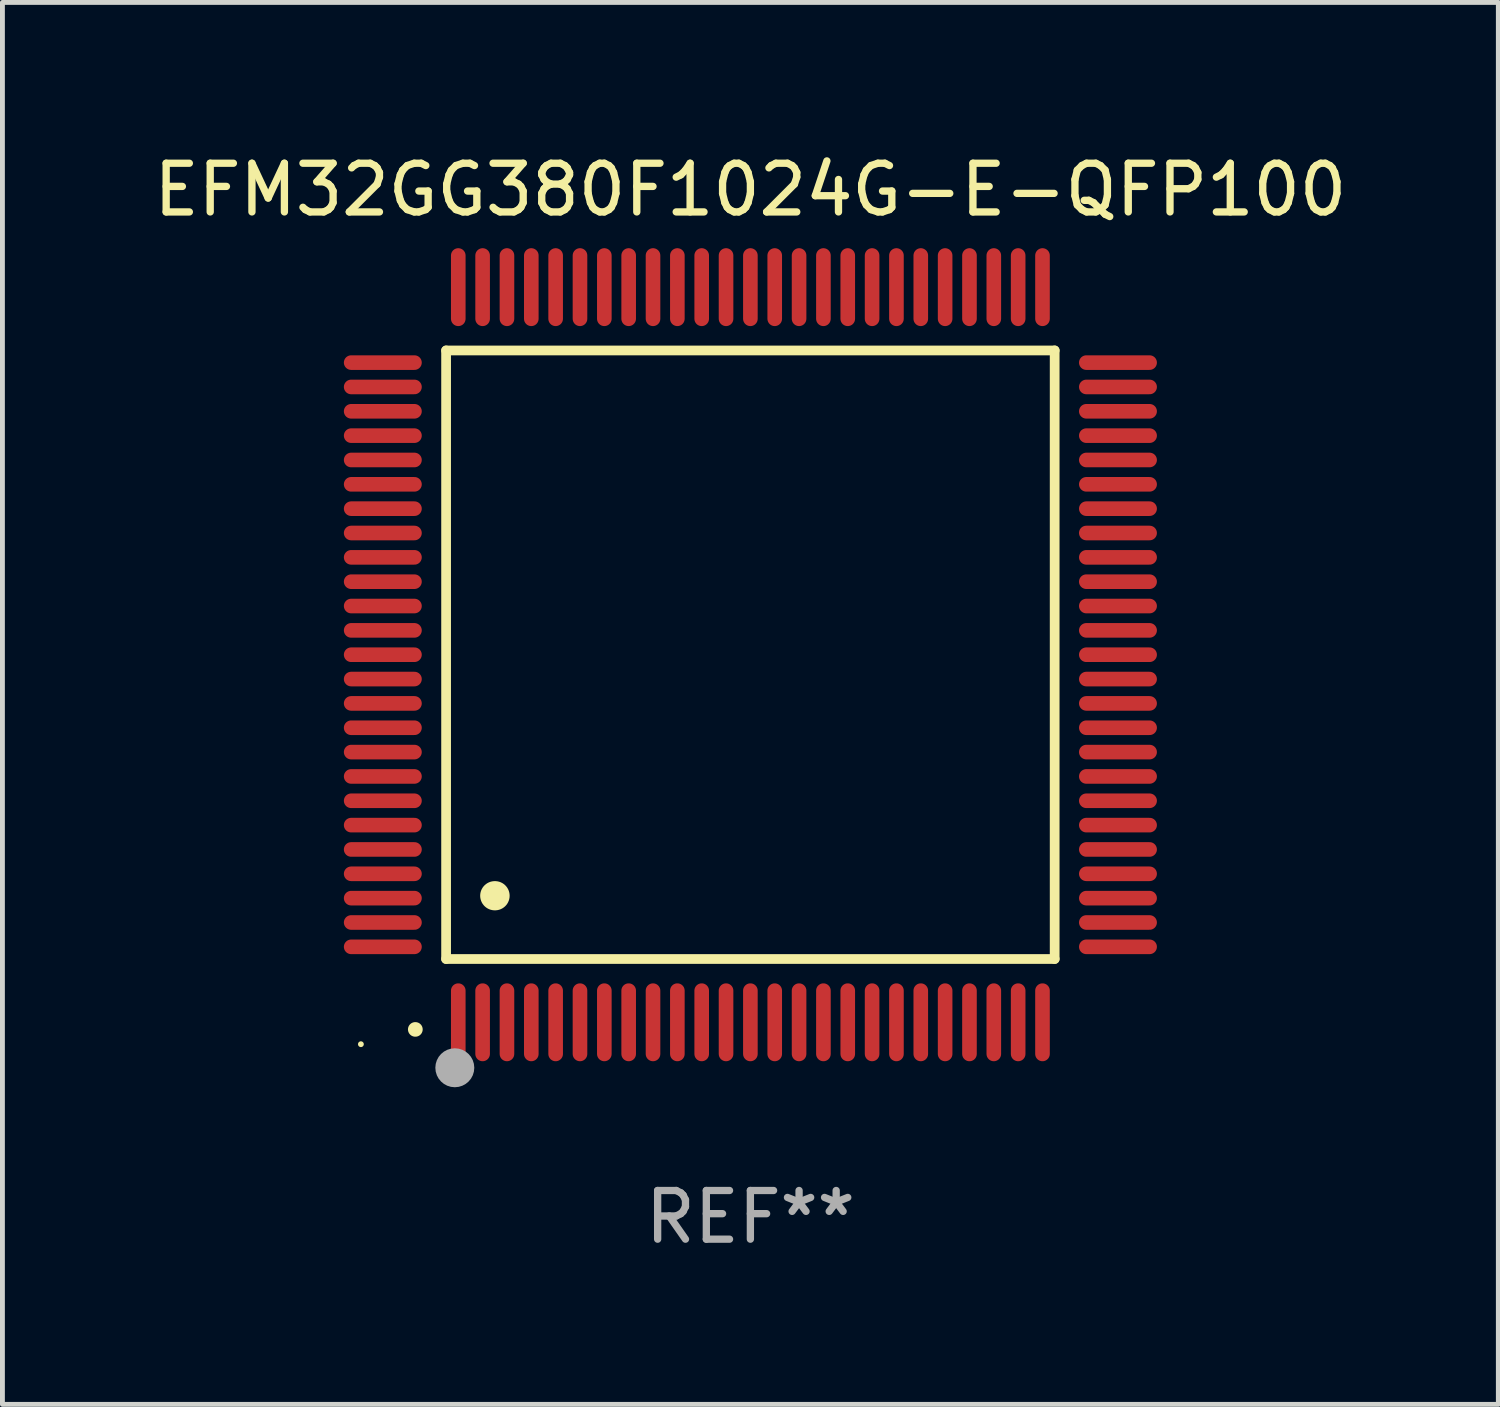
<source format=kicad_pcb>
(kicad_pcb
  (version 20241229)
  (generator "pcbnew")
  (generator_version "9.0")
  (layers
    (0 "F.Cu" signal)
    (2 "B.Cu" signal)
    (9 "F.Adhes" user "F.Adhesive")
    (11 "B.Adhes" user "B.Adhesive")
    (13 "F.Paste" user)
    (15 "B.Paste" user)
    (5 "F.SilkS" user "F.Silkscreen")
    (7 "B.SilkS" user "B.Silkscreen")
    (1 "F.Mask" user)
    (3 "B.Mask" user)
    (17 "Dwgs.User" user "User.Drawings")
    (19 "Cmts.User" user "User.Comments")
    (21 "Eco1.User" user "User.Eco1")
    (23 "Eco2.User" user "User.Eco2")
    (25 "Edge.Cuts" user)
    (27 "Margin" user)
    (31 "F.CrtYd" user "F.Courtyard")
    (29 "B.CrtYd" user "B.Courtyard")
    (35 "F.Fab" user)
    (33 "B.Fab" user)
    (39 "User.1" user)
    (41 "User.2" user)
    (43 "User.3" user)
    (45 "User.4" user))
  (footprint "EFM32GG380F1024G-E-QFP100"
    (layer "F.Cu")
    (at 12.363 10.398)
    (property "Reference" "EFM32GG380F1024G-E-QFP100" (at 0 -9.55 0) (layer "F.SilkS") (effects (font (size 1 1) (thickness 0.15))))
    (attr through_hole)
    (fp_line (start -6.25 -6.25) (end -6.25 6.25) (stroke (width 0.2) (type solid)) (layer "F.SilkS"))
    (fp_line (start -6.25 6.25) (end 6.25 6.25) (stroke (width 0.2) (type solid)) (layer "F.SilkS"))
    (fp_line (start 6.25 -6.25) (end -6.25 -6.25) (stroke (width 0.2) (type solid)) (layer "F.SilkS"))
    (fp_line (start 6.25 6.25) (end 6.25 -6.25) (stroke (width 0.2) (type solid)) (layer "F.SilkS"))
    (fp_arc (start -6.883414 7.696215) (mid -6.882144 7.69621) (end -6.880874 7.696215) (stroke (width 0.3) (type solid)) (layer "F.SilkS"))
    (fp_arc (start -5.250191 4.95047) (mid -5.247651 4.950459) (end -5.245111 4.95047) (stroke (width 0.6) (type solid)) (layer "F.SilkS"))
    (fp_circle (center -8 8) (end -7.97 8) (stroke (width 0.06) (type solid)) (fill no) (layer "F.SilkS"))
    (fp_circle (center -6.071 8.484) (end -5.871 8.484) (stroke (width 0.4) (type solid)) (fill no) (layer "F.Fab"))
    (fp_text user "REF**" (at 0 11.55 0) (layer "F.Fab") (effects (font (size 1 1) (thickness 0.15))))
    (pad "1" smd oval (at -6 7.55) (size 0.3 1.6) (layers "F.Cu" "F.Mask" "F.Paste"))
    (pad "2" smd oval (at -5.5 7.55) (size 0.3 1.6) (layers "F.Cu" "F.Mask" "F.Paste"))
    (pad "3" smd oval (at -5 7.55) (size 0.3 1.6) (layers "F.Cu" "F.Mask" "F.Paste"))
    (pad "4" smd oval (at -4.5 7.55) (size 0.3 1.6) (layers "F.Cu" "F.Mask" "F.Paste"))
    (pad "5" smd oval (at -4 7.55) (size 0.3 1.6) (layers "F.Cu" "F.Mask" "F.Paste"))
    (pad "6" smd oval (at -3.5 7.55) (size 0.3 1.6) (layers "F.Cu" "F.Mask" "F.Paste"))
    (pad "7" smd oval (at -3 7.55) (size 0.3 1.6) (layers "F.Cu" "F.Mask" "F.Paste"))
    (pad "8" smd oval (at -2.5 7.55) (size 0.3 1.6) (layers "F.Cu" "F.Mask" "F.Paste"))
    (pad "9" smd oval (at -2 7.55) (size 0.3 1.6) (layers "F.Cu" "F.Mask" "F.Paste"))
    (pad "10" smd oval (at -1.5 7.55) (size 0.3 1.6) (layers "F.Cu" "F.Mask" "F.Paste"))
    (pad "11" smd oval (at -1 7.55) (size 0.3 1.6) (layers "F.Cu" "F.Mask" "F.Paste"))
    (pad "12" smd oval (at -0.5 7.55) (size 0.3 1.6) (layers "F.Cu" "F.Mask" "F.Paste"))
    (pad "13" smd oval (at 0 7.55) (size 0.3 1.6) (layers "F.Cu" "F.Mask" "F.Paste"))
    (pad "14" smd oval (at 0.5 7.55) (size 0.3 1.6) (layers "F.Cu" "F.Mask" "F.Paste"))
    (pad "15" smd oval (at 1 7.55) (size 0.3 1.6) (layers "F.Cu" "F.Mask" "F.Paste"))
    (pad "16" smd oval (at 1.5 7.55) (size 0.3 1.6) (layers "F.Cu" "F.Mask" "F.Paste"))
    (pad "17" smd oval (at 2 7.55) (size 0.3 1.6) (layers "F.Cu" "F.Mask" "F.Paste"))
    (pad "18" smd oval (at 2.5 7.55) (size 0.3 1.6) (layers "F.Cu" "F.Mask" "F.Paste"))
    (pad "19" smd oval (at 3 7.55) (size 0.3 1.6) (layers "F.Cu" "F.Mask" "F.Paste"))
    (pad "20" smd oval (at 3.5 7.55) (size 0.3 1.6) (layers "F.Cu" "F.Mask" "F.Paste"))
    (pad "21" smd oval (at 4 7.55) (size 0.3 1.6) (layers "F.Cu" "F.Mask" "F.Paste"))
    (pad "22" smd oval (at 4.5 7.55) (size 0.3 1.6) (layers "F.Cu" "F.Mask" "F.Paste"))
    (pad "23" smd oval (at 5 7.55) (size 0.3 1.6) (layers "F.Cu" "F.Mask" "F.Paste"))
    (pad "24" smd oval (at 5.5 7.55) (size 0.3 1.6) (layers "F.Cu" "F.Mask" "F.Paste"))
    (pad "25" smd oval (at 6 7.55) (size 0.3 1.6) (layers "F.Cu" "F.Mask" "F.Paste"))
    (pad "26" smd oval (at 7.55 6) (size 1.6 0.3) (layers "F.Cu" "F.Mask" "F.Paste"))
    (pad "27" smd oval (at 7.55 5.5) (size 1.6 0.3) (layers "F.Cu" "F.Mask" "F.Paste"))
    (pad "28" smd oval (at 7.55 5) (size 1.6 0.3) (layers "F.Cu" "F.Mask" "F.Paste"))
    (pad "29" smd oval (at 7.55 4.5) (size 1.6 0.3) (layers "F.Cu" "F.Mask" "F.Paste"))
    (pad "30" smd oval (at 7.55 4) (size 1.6 0.3) (layers "F.Cu" "F.Mask" "F.Paste"))
    (pad "31" smd oval (at 7.55 3.5) (size 1.6 0.3) (layers "F.Cu" "F.Mask" "F.Paste"))
    (pad "32" smd oval (at 7.55 3) (size 1.6 0.3) (layers "F.Cu" "F.Mask" "F.Paste"))
    (pad "33" smd oval (at 7.55 2.5) (size 1.6 0.3) (layers "F.Cu" "F.Mask" "F.Paste"))
    (pad "34" smd oval (at 7.55 2) (size 1.6 0.3) (layers "F.Cu" "F.Mask" "F.Paste"))
    (pad "35" smd oval (at 7.55 1.5) (size 1.6 0.3) (layers "F.Cu" "F.Mask" "F.Paste"))
    (pad "36" smd oval (at 7.55 1) (size 1.6 0.3) (layers "F.Cu" "F.Mask" "F.Paste"))
    (pad "37" smd oval (at 7.55 0.5) (size 1.6 0.3) (layers "F.Cu" "F.Mask" "F.Paste"))
    (pad "38" smd oval (at 7.55 0) (size 1.6 0.3) (layers "F.Cu" "F.Mask" "F.Paste"))
    (pad "39" smd oval (at 7.55 -0.5) (size 1.6 0.3) (layers "F.Cu" "F.Mask" "F.Paste"))
    (pad "40" smd oval (at 7.55 -1) (size 1.6 0.3) (layers "F.Cu" "F.Mask" "F.Paste"))
    (pad "41" smd oval (at 7.55 -1.5) (size 1.6 0.3) (layers "F.Cu" "F.Mask" "F.Paste"))
    (pad "42" smd oval (at 7.55 -2) (size 1.6 0.3) (layers "F.Cu" "F.Mask" "F.Paste"))
    (pad "43" smd oval (at 7.55 -2.5) (size 1.6 0.3) (layers "F.Cu" "F.Mask" "F.Paste"))
    (pad "44" smd oval (at 7.55 -3) (size 1.6 0.3) (layers "F.Cu" "F.Mask" "F.Paste"))
    (pad "45" smd oval (at 7.55 -3.5) (size 1.6 0.3) (layers "F.Cu" "F.Mask" "F.Paste"))
    (pad "46" smd oval (at 7.55 -4) (size 1.6 0.3) (layers "F.Cu" "F.Mask" "F.Paste"))
    (pad "47" smd oval (at 7.55 -4.5) (size 1.6 0.3) (layers "F.Cu" "F.Mask" "F.Paste"))
    (pad "48" smd oval (at 7.55 -5) (size 1.6 0.3) (layers "F.Cu" "F.Mask" "F.Paste"))
    (pad "49" smd oval (at 7.55 -5.5) (size 1.6 0.3) (layers "F.Cu" "F.Mask" "F.Paste"))
    (pad "50" smd oval (at 7.55 -6) (size 1.6 0.3) (layers "F.Cu" "F.Mask" "F.Paste"))
    (pad "51" smd oval (at 6 -7.55) (size 0.3 1.6) (layers "F.Cu" "F.Mask" "F.Paste"))
    (pad "52" smd oval (at 5.5 -7.55) (size 0.3 1.6) (layers "F.Cu" "F.Mask" "F.Paste"))
    (pad "53" smd oval (at 5 -7.55) (size 0.3 1.6) (layers "F.Cu" "F.Mask" "F.Paste"))
    (pad "54" smd oval (at 4.5 -7.55) (size 0.3 1.6) (layers "F.Cu" "F.Mask" "F.Paste"))
    (pad "55" smd oval (at 4 -7.55) (size 0.3 1.6) (layers "F.Cu" "F.Mask" "F.Paste"))
    (pad "56" smd oval (at 3.5 -7.55) (size 0.3 1.6) (layers "F.Cu" "F.Mask" "F.Paste"))
    (pad "57" smd oval (at 3 -7.55) (size 0.3 1.6) (layers "F.Cu" "F.Mask" "F.Paste"))
    (pad "58" smd oval (at 2.5 -7.55) (size 0.3 1.6) (layers "F.Cu" "F.Mask" "F.Paste"))
    (pad "59" smd oval (at 2 -7.55) (size 0.3 1.6) (layers "F.Cu" "F.Mask" "F.Paste"))
    (pad "60" smd oval (at 1.5 -7.55) (size 0.3 1.6) (layers "F.Cu" "F.Mask" "F.Paste"))
    (pad "61" smd oval (at 1 -7.55) (size 0.3 1.6) (layers "F.Cu" "F.Mask" "F.Paste"))
    (pad "62" smd oval (at 0.5 -7.55) (size 0.3 1.6) (layers "F.Cu" "F.Mask" "F.Paste"))
    (pad "63" smd oval (at 0 -7.55) (size 0.3 1.6) (layers "F.Cu" "F.Mask" "F.Paste"))
    (pad "64" smd oval (at -0.5 -7.55) (size 0.3 1.6) (layers "F.Cu" "F.Mask" "F.Paste"))
    (pad "65" smd oval (at -1 -7.55) (size 0.3 1.6) (layers "F.Cu" "F.Mask" "F.Paste"))
    (pad "66" smd oval (at -1.5 -7.55) (size 0.3 1.6) (layers "F.Cu" "F.Mask" "F.Paste"))
    (pad "67" smd oval (at -2 -7.55) (size 0.3 1.6) (layers "F.Cu" "F.Mask" "F.Paste"))
    (pad "68" smd oval (at -2.5 -7.55) (size 0.3 1.6) (layers "F.Cu" "F.Mask" "F.Paste"))
    (pad "69" smd oval (at -3 -7.55) (size 0.3 1.6) (layers "F.Cu" "F.Mask" "F.Paste"))
    (pad "70" smd oval (at -3.5 -7.55) (size 0.3 1.6) (layers "F.Cu" "F.Mask" "F.Paste"))
    (pad "71" smd oval (at -4 -7.55) (size 0.3 1.6) (layers "F.Cu" "F.Mask" "F.Paste"))
    (pad "72" smd oval (at -4.5 -7.55) (size 0.3 1.6) (layers "F.Cu" "F.Mask" "F.Paste"))
    (pad "73" smd oval (at -5 -7.55) (size 0.3 1.6) (layers "F.Cu" "F.Mask" "F.Paste"))
    (pad "74" smd oval (at -5.5 -7.55) (size 0.3 1.6) (layers "F.Cu" "F.Mask" "F.Paste"))
    (pad "75" smd oval (at -6 -7.55) (size 0.3 1.6) (layers "F.Cu" "F.Mask" "F.Paste"))
    (pad "76" smd oval (at -7.55 -6) (size 1.6 0.3) (layers "F.Cu" "F.Mask" "F.Paste"))
    (pad "77" smd oval (at -7.55 -5.5) (size 1.6 0.3) (layers "F.Cu" "F.Mask" "F.Paste"))
    (pad "78" smd oval (at -7.55 -5) (size 1.6 0.3) (layers "F.Cu" "F.Mask" "F.Paste"))
    (pad "79" smd oval (at -7.55 -4.5) (size 1.6 0.3) (layers "F.Cu" "F.Mask" "F.Paste"))
    (pad "80" smd oval (at -7.55 -4) (size 1.6 0.3) (layers "F.Cu" "F.Mask" "F.Paste"))
    (pad "81" smd oval (at -7.55 -3.5) (size 1.6 0.3) (layers "F.Cu" "F.Mask" "F.Paste"))
    (pad "82" smd oval (at -7.55 -3) (size 1.6 0.3) (layers "F.Cu" "F.Mask" "F.Paste"))
    (pad "83" smd oval (at -7.55 -2.5) (size 1.6 0.3) (layers "F.Cu" "F.Mask" "F.Paste"))
    (pad "84" smd oval (at -7.55 -2) (size 1.6 0.3) (layers "F.Cu" "F.Mask" "F.Paste"))
    (pad "85" smd oval (at -7.55 -1.5) (size 1.6 0.3) (layers "F.Cu" "F.Mask" "F.Paste"))
    (pad "86" smd oval (at -7.55 -1) (size 1.6 0.3) (layers "F.Cu" "F.Mask" "F.Paste"))
    (pad "87" smd oval (at -7.55 -0.5) (size 1.6 0.3) (layers "F.Cu" "F.Mask" "F.Paste"))
    (pad "88" smd oval (at -7.55 0) (size 1.6 0.3) (layers "F.Cu" "F.Mask" "F.Paste"))
    (pad "89" smd oval (at -7.55 0.5) (size 1.6 0.3) (layers "F.Cu" "F.Mask" "F.Paste"))
    (pad "90" smd oval (at -7.55 1) (size 1.6 0.3) (layers "F.Cu" "F.Mask" "F.Paste"))
    (pad "91" smd oval (at -7.55 1.5) (size 1.6 0.3) (layers "F.Cu" "F.Mask" "F.Paste"))
    (pad "92" smd oval (at -7.55 2) (size 1.6 0.3) (layers "F.Cu" "F.Mask" "F.Paste"))
    (pad "93" smd oval (at -7.55 2.5) (size 1.6 0.3) (layers "F.Cu" "F.Mask" "F.Paste"))
    (pad "94" smd oval (at -7.55 3) (size 1.6 0.3) (layers "F.Cu" "F.Mask" "F.Paste"))
    (pad "95" smd oval (at -7.55 3.5) (size 1.6 0.3) (layers "F.Cu" "F.Mask" "F.Paste"))
    (pad "96" smd oval (at -7.55 4) (size 1.6 0.3) (layers "F.Cu" "F.Mask" "F.Paste"))
    (pad "97" smd oval (at -7.55 4.5) (size 1.6 0.3) (layers "F.Cu" "F.Mask" "F.Paste"))
    (pad "98" smd oval (at -7.55 5) (size 1.6 0.3) (layers "F.Cu" "F.Mask" "F.Paste"))
    (pad "99" smd oval (at -7.55 5.5) (size 1.6 0.3) (layers "F.Cu" "F.Mask" "F.Paste"))
    (pad "100" smd oval (at -7.55 6) (size 1.6 0.3) (layers "F.Cu" "F.Mask" "F.Paste")))
  (gr_rect
    (start -3 -3)
    (end 27.726 25.796)
    (stroke (width 0.1) (type default))
    (fill no)
    (layer "Edge.Cuts")))
</source>
